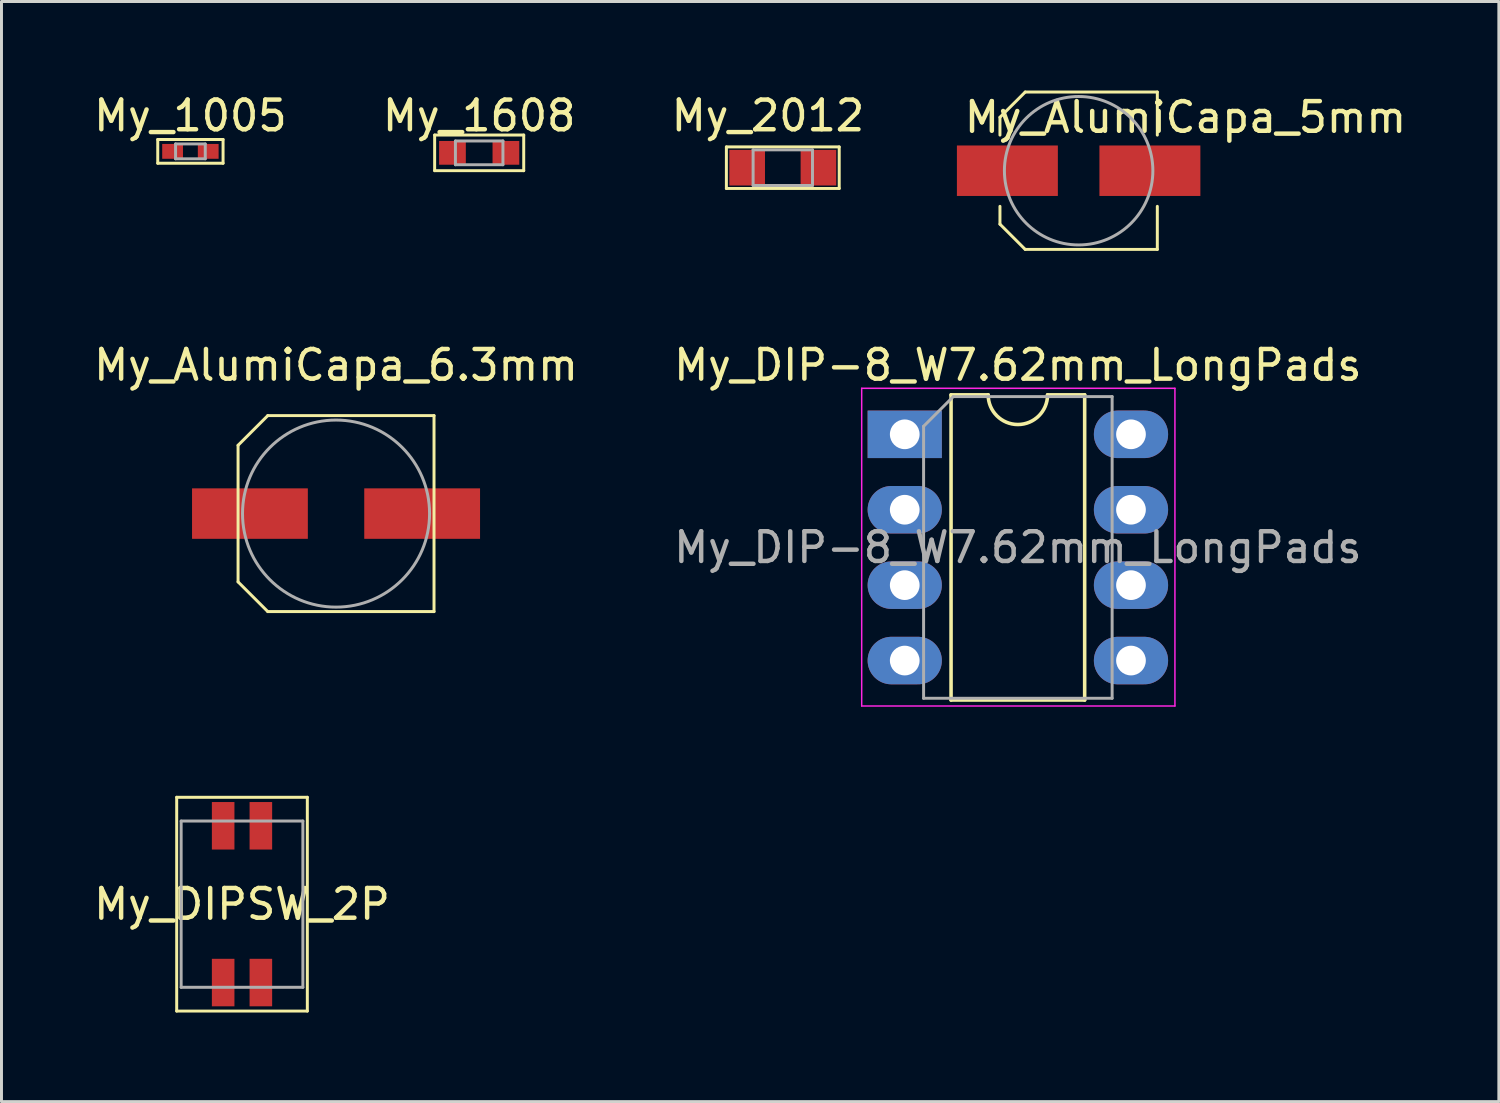
<source format=kicad_pcb>
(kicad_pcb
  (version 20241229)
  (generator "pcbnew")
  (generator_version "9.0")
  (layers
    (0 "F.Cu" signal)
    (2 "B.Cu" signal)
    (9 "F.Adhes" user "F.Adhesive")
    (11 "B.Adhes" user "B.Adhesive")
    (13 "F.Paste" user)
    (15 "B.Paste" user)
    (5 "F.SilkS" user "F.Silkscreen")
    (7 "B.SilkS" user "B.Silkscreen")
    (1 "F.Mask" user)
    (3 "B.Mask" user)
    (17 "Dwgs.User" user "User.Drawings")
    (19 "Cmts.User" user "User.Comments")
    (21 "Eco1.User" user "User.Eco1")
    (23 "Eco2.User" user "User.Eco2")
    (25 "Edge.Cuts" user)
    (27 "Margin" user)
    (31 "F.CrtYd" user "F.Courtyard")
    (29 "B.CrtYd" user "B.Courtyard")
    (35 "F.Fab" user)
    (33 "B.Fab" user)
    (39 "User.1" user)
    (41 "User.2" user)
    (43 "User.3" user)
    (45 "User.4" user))
  (footprint "My_DIP-8_W7.62mm_LongPads"
    (layer "F.Cu")
    (at 27.422 11.578)
    (property "Reference" "My_DIP-8_W7.62mm_LongPads" (at 3.81 -2.33 0) (layer "F.SilkS") (effects (font (size 1 1) (thickness 0.15))))
    (attr through_hole)
    (fp_line (start 1.56 -1.33) (end 1.56 8.95) (stroke (width 0.12) (type solid)) (layer "F.SilkS"))
    (fp_line (start 1.56 8.95) (end 6.06 8.95) (stroke (width 0.12) (type solid)) (layer "F.SilkS"))
    (fp_line (start 2.81 -1.33) (end 1.56 -1.33) (stroke (width 0.12) (type solid)) (layer "F.SilkS"))
    (fp_line (start 6.06 -1.33) (end 4.81 -1.33) (stroke (width 0.12) (type solid)) (layer "F.SilkS"))
    (fp_line (start 6.06 8.95) (end 6.06 -1.33) (stroke (width 0.12) (type solid)) (layer "F.SilkS"))
    (fp_arc (start 4.81 -1.33) (mid 3.81 -0.33) (end 2.81 -1.33) (stroke (width 0.12) (type solid)) (layer "F.SilkS"))
    (fp_line (start -1.45 -1.55) (end -1.45 9.15) (stroke (width 0.05) (type solid)) (layer "F.CrtYd"))
    (fp_line (start -1.45 9.15) (end 9.1 9.15) (stroke (width 0.05) (type solid)) (layer "F.CrtYd"))
    (fp_line (start 9.1 -1.55) (end -1.45 -1.55) (stroke (width 0.05) (type solid)) (layer "F.CrtYd"))
    (fp_line (start 9.1 9.15) (end 9.1 -1.55) (stroke (width 0.05) (type solid)) (layer "F.CrtYd"))
    (fp_line (start 0.635 -0.27) (end 1.635 -1.27) (stroke (width 0.1) (type solid)) (layer "F.Fab"))
    (fp_line (start 0.635 8.89) (end 0.635 -0.27) (stroke (width 0.1) (type solid)) (layer "F.Fab"))
    (fp_line (start 1.635 -1.27) (end 6.985 -1.27) (stroke (width 0.1) (type solid)) (layer "F.Fab"))
    (fp_line (start 6.985 -1.27) (end 6.985 8.89) (stroke (width 0.1) (type solid)) (layer "F.Fab"))
    (fp_line (start 6.985 8.89) (end 0.635 8.89) (stroke (width 0.1) (type solid)) (layer "F.Fab"))
    (fp_text user "${REFERENCE}" (at 3.81 3.81 0) (layer "F.Fab") (effects (font (size 1 1) (thickness 0.15))))
    (pad "1" thru_hole rect (at 0 0) (size 2.5 1.6) (drill 1) (layers "*.Cu" "*.Mask"))
    (pad "2" thru_hole oval (at 0 2.54) (size 2.5 1.6) (drill 1) (layers "*.Cu" "*.Mask"))
    (pad "3" thru_hole oval (at 0 5.08) (size 2.5 1.6) (drill 1) (layers "*.Cu" "*.Mask"))
    (pad "4" thru_hole oval (at 0 7.62) (size 2.5 1.6) (drill 1) (layers "*.Cu" "*.Mask"))
    (pad "5" thru_hole oval (at 7.62 7.62) (size 2.5 1.6) (drill 1) (layers "*.Cu" "*.Mask"))
    (pad "6" thru_hole oval (at 7.62 5.08) (size 2.5 1.6) (drill 1) (layers "*.Cu" "*.Mask"))
    (pad "7" thru_hole oval (at 7.62 2.54) (size 2.5 1.6) (drill 1) (layers "*.Cu" "*.Mask"))
    (pad "8" thru_hole oval (at 7.62 0) (size 2.5 1.6) (drill 1) (layers "*.Cu" "*.Mask")))
  (footprint "My_DIPSW_2P"
    (layer "F.Cu")
    (at 5.101 27.403)
    (property "Reference" "My_DIPSW_2P" (at 0 0 0) (layer "F.SilkS") (effects (font (size 1 1) (thickness 0.15))))
    (attr through_hole)
    (fp_line (start -2.2 -3.6) (end 2.2 -3.6) (stroke (width 0.1) (type solid)) (layer "F.SilkS"))
    (fp_line (start -2.2 3.6) (end -2.2 -3.6) (stroke (width 0.1) (type solid)) (layer "F.SilkS"))
    (fp_line (start 2.2 -3.6) (end 2.2 3.6) (stroke (width 0.1) (type solid)) (layer "F.SilkS"))
    (fp_line (start 2.2 3.6) (end -2.2 3.6) (stroke (width 0.1) (type solid)) (layer "F.SilkS"))
    (fp_line (start -2.05 -2.8) (end 2.05 -2.8) (stroke (width 0.1) (type solid)) (layer "F.Fab"))
    (fp_line (start -2.05 2.8) (end -2.05 -2.8) (stroke (width 0.1) (type solid)) (layer "F.Fab"))
    (fp_line (start 2.05 -2.8) (end 2.05 2.8) (stroke (width 0.1) (type solid)) (layer "F.Fab"))
    (fp_line (start 2.05 2.8) (end -2.05 2.8) (stroke (width 0.1) (type solid)) (layer "F.Fab"))
    (pad "1" smd rect (at -0.635 -2.64) (size 0.76 1.6) (layers "F.Cu" "F.Mask" "F.Paste"))
    (pad "2" smd rect (at -0.635 2.64) (size 0.76 1.6) (layers "F.Cu" "F.Mask" "F.Paste"))
    (pad "3" smd rect (at 0.635 -2.64) (size 0.76 1.6) (layers "F.Cu" "F.Mask" "F.Paste"))
    (pad "4" smd rect (at 0.635 2.64) (size 0.76 1.6) (layers "F.Cu" "F.Mask" "F.Paste")))
  (footprint "My_1608"
    (layer "F.Cu")
    (at 13.089 2.098)
    (property "Reference" "My_1608" (at 0 -1.25 0) (layer "F.SilkS") (effects (font (size 1 1) (thickness 0.15))))
    (attr smd)
    (fp_line (start -1.5 -0.6) (end 1.5 -0.6) (stroke (width 0.1) (type solid)) (layer "F.SilkS"))
    (fp_line (start -1.5 0.6) (end -1.5 -0.6) (stroke (width 0.1) (type solid)) (layer "F.SilkS"))
    (fp_line (start 1.5 -0.6) (end 1.5 0.6) (stroke (width 0.1) (type solid)) (layer "F.SilkS"))
    (fp_line (start 1.5 0.6) (end -1.5 0.6) (stroke (width 0.1) (type solid)) (layer "F.SilkS"))
    (fp_line (start -0.8 -0.4) (end 0.8 -0.4) (stroke (width 0.1) (type solid)) (layer "F.Fab"))
    (fp_line (start -0.8 0.4) (end -0.8 -0.4) (stroke (width 0.1) (type solid)) (layer "F.Fab"))
    (fp_line (start 0.8 -0.4) (end 0.8 0.4) (stroke (width 0.1) (type solid)) (layer "F.Fab"))
    (fp_line (start 0.8 0.4) (end -0.8 0.4) (stroke (width 0.1) (type solid)) (layer "F.Fab"))
    (pad "1" smd rect (at -0.9 0) (size 0.9 0.8) (layers "F.Cu" "F.Mask" "F.Paste"))
    (pad "2" smd rect (at 0.9 0) (size 0.9 0.8) (layers "F.Cu" "F.Mask" "F.Paste")))
  (footprint "My_AlumiCapa_5mm"
    (layer "F.Cu")
    (at 33.279 2.7)
    (property "Reference" "My_AlumiCapa_5mm" (at 3.6 -1.8 0) (layer "F.SilkS") (effects (font (size 1 1) (thickness 0.15))))
    (attr through_hole)
    (fp_line (start -2.65 -1.8) (end -2.65 -1.2) (stroke (width 0.1) (type solid)) (layer "F.SilkS"))
    (fp_line (start -2.65 1.2) (end -2.65 1.8) (stroke (width 0.1) (type solid)) (layer "F.SilkS"))
    (fp_line (start -2.65 1.8) (end -1.8 2.65) (stroke (width 0.1) (type solid)) (layer "F.SilkS"))
    (fp_line (start -1.8 -2.65) (end -2.65 -1.8) (stroke (width 0.1) (type solid)) (layer "F.SilkS"))
    (fp_line (start -1.8 2.65) (end 2.65 2.65) (stroke (width 0.1) (type solid)) (layer "F.SilkS"))
    (fp_line (start 2.65 -2.65) (end -1.8 -2.65) (stroke (width 0.1) (type solid)) (layer "F.SilkS"))
    (fp_line (start 2.65 -1.2) (end 2.65 -2.65) (stroke (width 0.1) (type solid)) (layer "F.SilkS"))
    (fp_line (start 2.65 2.65) (end 2.65 1.2) (stroke (width 0.1) (type solid)) (layer "F.SilkS"))
    (fp_circle (center 0 0) (end 0 -2.5) (stroke (width 0.1) (type solid)) (fill no) (layer "F.Fab"))
    (pad "1" smd rect (at -2.4 0) (size 3.4 1.7) (layers "F.Cu" "F.Mask" "F.Paste"))
    (pad "2" smd rect (at 2.4 0) (size 3.4 1.7) (layers "F.Cu" "F.Mask" "F.Paste")))
  (footprint "My_AlumiCapa_6.3mm"
    (layer "F.Cu")
    (at 8.268 14.248)
    (property "Reference" "My_AlumiCapa_6.3mm" (at 0 -5 0) (layer "F.SilkS") (effects (font (size 1 1) (thickness 0.15))))
    (attr through_hole)
    (fp_line (start -3.3 -2.3) (end -3.3 2.3) (stroke (width 0.1) (type solid)) (layer "F.SilkS"))
    (fp_line (start -3.3 -2.3) (end -2.3 -3.3) (stroke (width 0.1) (type solid)) (layer "F.SilkS"))
    (fp_line (start -3.3 2.3) (end -2.3 3.3) (stroke (width 0.1) (type solid)) (layer "F.SilkS"))
    (fp_line (start -2.3 3.3) (end 3.3 3.3) (stroke (width 0.1) (type solid)) (layer "F.SilkS"))
    (fp_line (start 3.3 -3.3) (end -2.3 -3.3) (stroke (width 0.1) (type solid)) (layer "F.SilkS"))
    (fp_line (start 3.3 3.3) (end 3.3 -3.3) (stroke (width 0.1) (type solid)) (layer "F.SilkS"))
    (fp_circle (center 0 0) (end 3.15 0) (stroke (width 0.1) (type solid)) (fill no) (layer "F.Fab"))
    (pad "1" smd rect (at -2.9 0) (size 3.9 1.7) (layers "F.Cu" "F.Mask" "F.Paste"))
    (pad "2" smd rect (at 2.9 0) (size 3.9 1.7) (layers "F.Cu" "F.Mask" "F.Paste")))
  (footprint "My_1005"
    (layer "F.Cu")
    (at 3.363 2.048)
    (property "Reference" "My_1005" (at 0 -1.2 0) (layer "F.SilkS") (effects (font (size 1 1) (thickness 0.15))))
    (attr smd)
    (fp_line (start -1.1 -0.4) (end 1.1 -0.4) (stroke (width 0.1) (type solid)) (layer "F.SilkS"))
    (fp_line (start -1.1 0.4) (end -1.1 -0.4) (stroke (width 0.1) (type solid)) (layer "F.SilkS"))
    (fp_line (start 1.1 -0.4) (end 1.1 0.4) (stroke (width 0.1) (type solid)) (layer "F.SilkS"))
    (fp_line (start 1.1 0.4) (end -1.1 0.4) (stroke (width 0.1) (type solid)) (layer "F.SilkS"))
    (fp_line (start -0.5 -0.25) (end 0.5 -0.25) (stroke (width 0.1) (type solid)) (layer "F.Fab"))
    (fp_line (start -0.5 0.25) (end -0.5 -0.25) (stroke (width 0.1) (type solid)) (layer "F.Fab"))
    (fp_line (start 0.5 -0.25) (end 0.5 0.25) (stroke (width 0.1) (type solid)) (layer "F.Fab"))
    (fp_line (start 0.5 0.25) (end -0.5 0.25) (stroke (width 0.1) (type solid)) (layer "F.Fab"))
    (pad "1" smd rect (at -0.6 0) (size 0.7 0.5) (layers "F.Cu" "F.Mask" "F.Paste"))
    (pad "2" smd rect (at 0.6 0) (size 0.7 0.5) (layers "F.Cu" "F.Mask" "F.Paste")))
  (footprint "My_2012"
    (layer "F.Cu")
    (at 23.315 2.598)
    (property "Reference" "My_2012" (at -0.5 -1.75 0) (layer "F.SilkS") (effects (font (size 1 1) (thickness 0.15))))
    (attr through_hole)
    (fp_line (start -1.9 -0.7) (end 1.9 -0.7) (stroke (width 0.1) (type solid)) (layer "F.SilkS"))
    (fp_line (start -1.9 0.7) (end -1.9 -0.7) (stroke (width 0.1) (type solid)) (layer "F.SilkS"))
    (fp_line (start 1.9 -0.7) (end 1.9 0.7) (stroke (width 0.1) (type solid)) (layer "F.SilkS"))
    (fp_line (start 1.9 0.7) (end -1.9 0.7) (stroke (width 0.1) (type solid)) (layer "F.SilkS"))
    (fp_line (start -1 -0.6) (end 1 -0.6) (stroke (width 0.1) (type solid)) (layer "F.Fab"))
    (fp_line (start -1 0.6) (end -1 -0.6) (stroke (width 0.1) (type solid)) (layer "F.Fab"))
    (fp_line (start 1 -0.6) (end 1 0.6) (stroke (width 0.1) (type solid)) (layer "F.Fab"))
    (fp_line (start 1 0.6) (end -1 0.6) (stroke (width 0.1) (type solid)) (layer "F.Fab"))
    (pad "1" smd rect (at -1.2 0) (size 1.2 1.2) (layers "F.Cu" "F.Mask" "F.Paste"))
    (pad "2" smd rect (at 1.2 0) (size 1.2 1.2) (layers "F.Cu" "F.Mask" "F.Paste")))
  (gr_rect
    (start -3 -3)
    (end 47.432 34.053)
    (stroke (width 0.1) (type default))
    (fill no)
    (layer "Edge.Cuts")))
</source>
